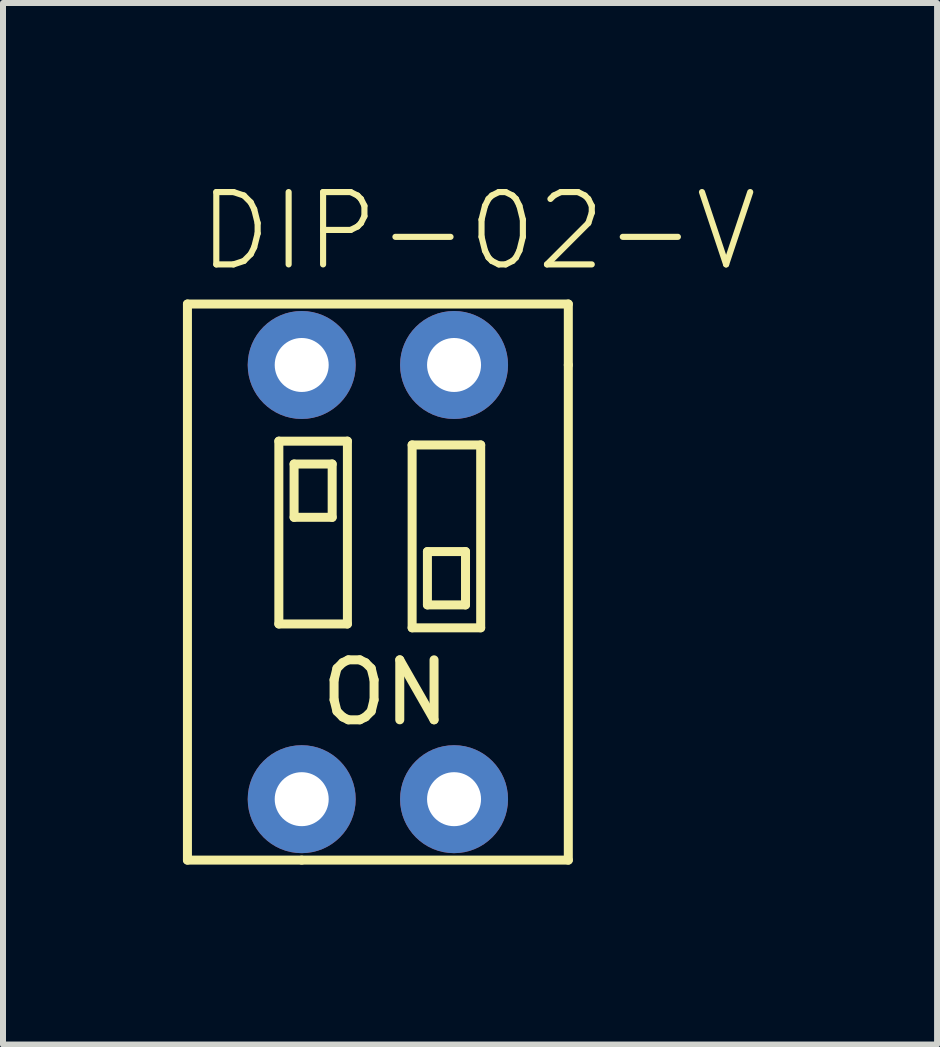
<source format=kicad_pcb>
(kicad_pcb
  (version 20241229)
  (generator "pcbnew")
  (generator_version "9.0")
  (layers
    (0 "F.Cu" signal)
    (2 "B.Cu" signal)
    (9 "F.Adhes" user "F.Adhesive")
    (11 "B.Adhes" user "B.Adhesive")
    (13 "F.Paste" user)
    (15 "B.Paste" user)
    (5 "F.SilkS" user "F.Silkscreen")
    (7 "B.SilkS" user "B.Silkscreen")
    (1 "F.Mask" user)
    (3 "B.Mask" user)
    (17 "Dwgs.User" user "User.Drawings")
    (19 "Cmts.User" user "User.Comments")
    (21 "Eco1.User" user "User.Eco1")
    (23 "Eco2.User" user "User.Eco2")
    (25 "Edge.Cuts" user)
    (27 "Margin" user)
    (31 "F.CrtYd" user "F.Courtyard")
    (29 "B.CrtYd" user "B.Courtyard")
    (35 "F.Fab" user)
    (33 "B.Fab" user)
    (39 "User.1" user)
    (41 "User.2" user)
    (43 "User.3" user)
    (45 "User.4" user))
  (footprint "DIP-02-V"
    (layer "F.Cu")
    (at 3.885 4.94)
    (property "Reference" "DIP-02-V" (at -3.683 -3.429 0) (layer "F.SilkS") (effects (font (size 1.206 1.206) (thickness 0.102)) (justify left bottom)))
    (attr through_hole)
    (fp_line (start -3.81 6.35) (end -3.81 -2.921) (stroke (width 0.15) (type solid)) (layer "F.SilkS"))
    (fp_line (start -2.286 -0.635) (end -2.286 2.413) (stroke (width 0.15) (type solid)) (layer "F.SilkS"))
    (fp_line (start -2.286 2.413) (end -1.143 2.413) (stroke (width 0.15) (type solid)) (layer "F.SilkS"))
    (fp_line (start -2.032 -0.254) (end -2.032 0.635) (stroke (width 0.15) (type solid)) (layer "F.SilkS"))
    (fp_line (start -2.032 0.635) (end -1.397 0.635) (stroke (width 0.15) (type solid)) (layer "F.SilkS"))
    (fp_line (start -1.905 6.35) (end -3.81 6.35) (stroke (width 0.15) (type solid)) (layer "F.SilkS"))
    (fp_line (start -1.397 -0.254) (end -2.032 -0.254) (stroke (width 0.15) (type solid)) (layer "F.SilkS"))
    (fp_line (start -1.397 0.635) (end -1.397 -0.254) (stroke (width 0.15) (type solid)) (layer "F.SilkS"))
    (fp_line (start -1.143 -0.635) (end -2.286 -0.635) (stroke (width 0.15) (type solid)) (layer "F.SilkS"))
    (fp_line (start -1.143 2.413) (end -1.143 -0.635) (stroke (width 0.15) (type solid)) (layer "F.SilkS"))
    (fp_line (start -0.064 -0.572) (end -0.064 2.477) (stroke (width 0.15) (type solid)) (layer "F.SilkS"))
    (fp_line (start -0.064 2.477) (end 1.079 2.477) (stroke (width 0.15) (type solid)) (layer "F.SilkS"))
    (fp_line (start 0.191 1.206) (end 0.191 2.095) (stroke (width 0.15) (type solid)) (layer "F.SilkS"))
    (fp_line (start 0.191 2.095) (end 0.826 2.095) (stroke (width 0.15) (type solid)) (layer "F.SilkS"))
    (fp_line (start 0.826 1.206) (end 0.191 1.206) (stroke (width 0.15) (type solid)) (layer "F.SilkS"))
    (fp_line (start 0.826 2.095) (end 0.826 1.206) (stroke (width 0.15) (type solid)) (layer "F.SilkS"))
    (fp_line (start 1.079 -0.572) (end -0.064 -0.572) (stroke (width 0.15) (type solid)) (layer "F.SilkS"))
    (fp_line (start 1.079 2.477) (end 1.079 -0.572) (stroke (width 0.15) (type solid)) (layer "F.SilkS"))
    (fp_line (start 2.54 -2.921) (end -3.81 -2.921) (stroke (width 0.15) (type solid)) (layer "F.SilkS"))
    (fp_line (start 2.54 -1.905) (end 2.54 -2.921) (stroke (width 0.15) (type solid)) (layer "F.SilkS"))
    (fp_line (start 2.54 -1.905) (end 2.54 6.35) (stroke (width 0.15) (type solid)) (layer "F.SilkS"))
    (fp_line (start 2.54 6.35) (end -1.905 6.35) (stroke (width 0.15) (type solid)) (layer "F.SilkS"))
    (fp_text user "ON" (at -0.508 3.556 0) (layer "F.SilkS") (effects (font (size 1 1) (thickness 0.15))))
    (pad "1" thru_hole circle (at -1.905 -1.905) (size 1.8 1.8) (drill 0.9) (layers "*.Cu" "*.Mask"))
    (pad "2" thru_hole circle (at 0.635 -1.905) (size 1.8 1.8) (drill 0.9) (layers "*.Cu" "*.Mask"))
    (pad "3" thru_hole circle (at -1.905 5.334) (size 1.8 1.8) (drill 0.9) (layers "*.Cu" "*.Mask"))
    (pad "4" thru_hole circle (at 0.635 5.334) (size 1.8 1.8) (drill 0.9) (layers "*.Cu" "*.Mask")))
  (gr_rect
    (start -3 -3)
    (end 12.573 14.365)
    (stroke (width 0.1) (type default))
    (fill no)
    (layer "Edge.Cuts")))
</source>
